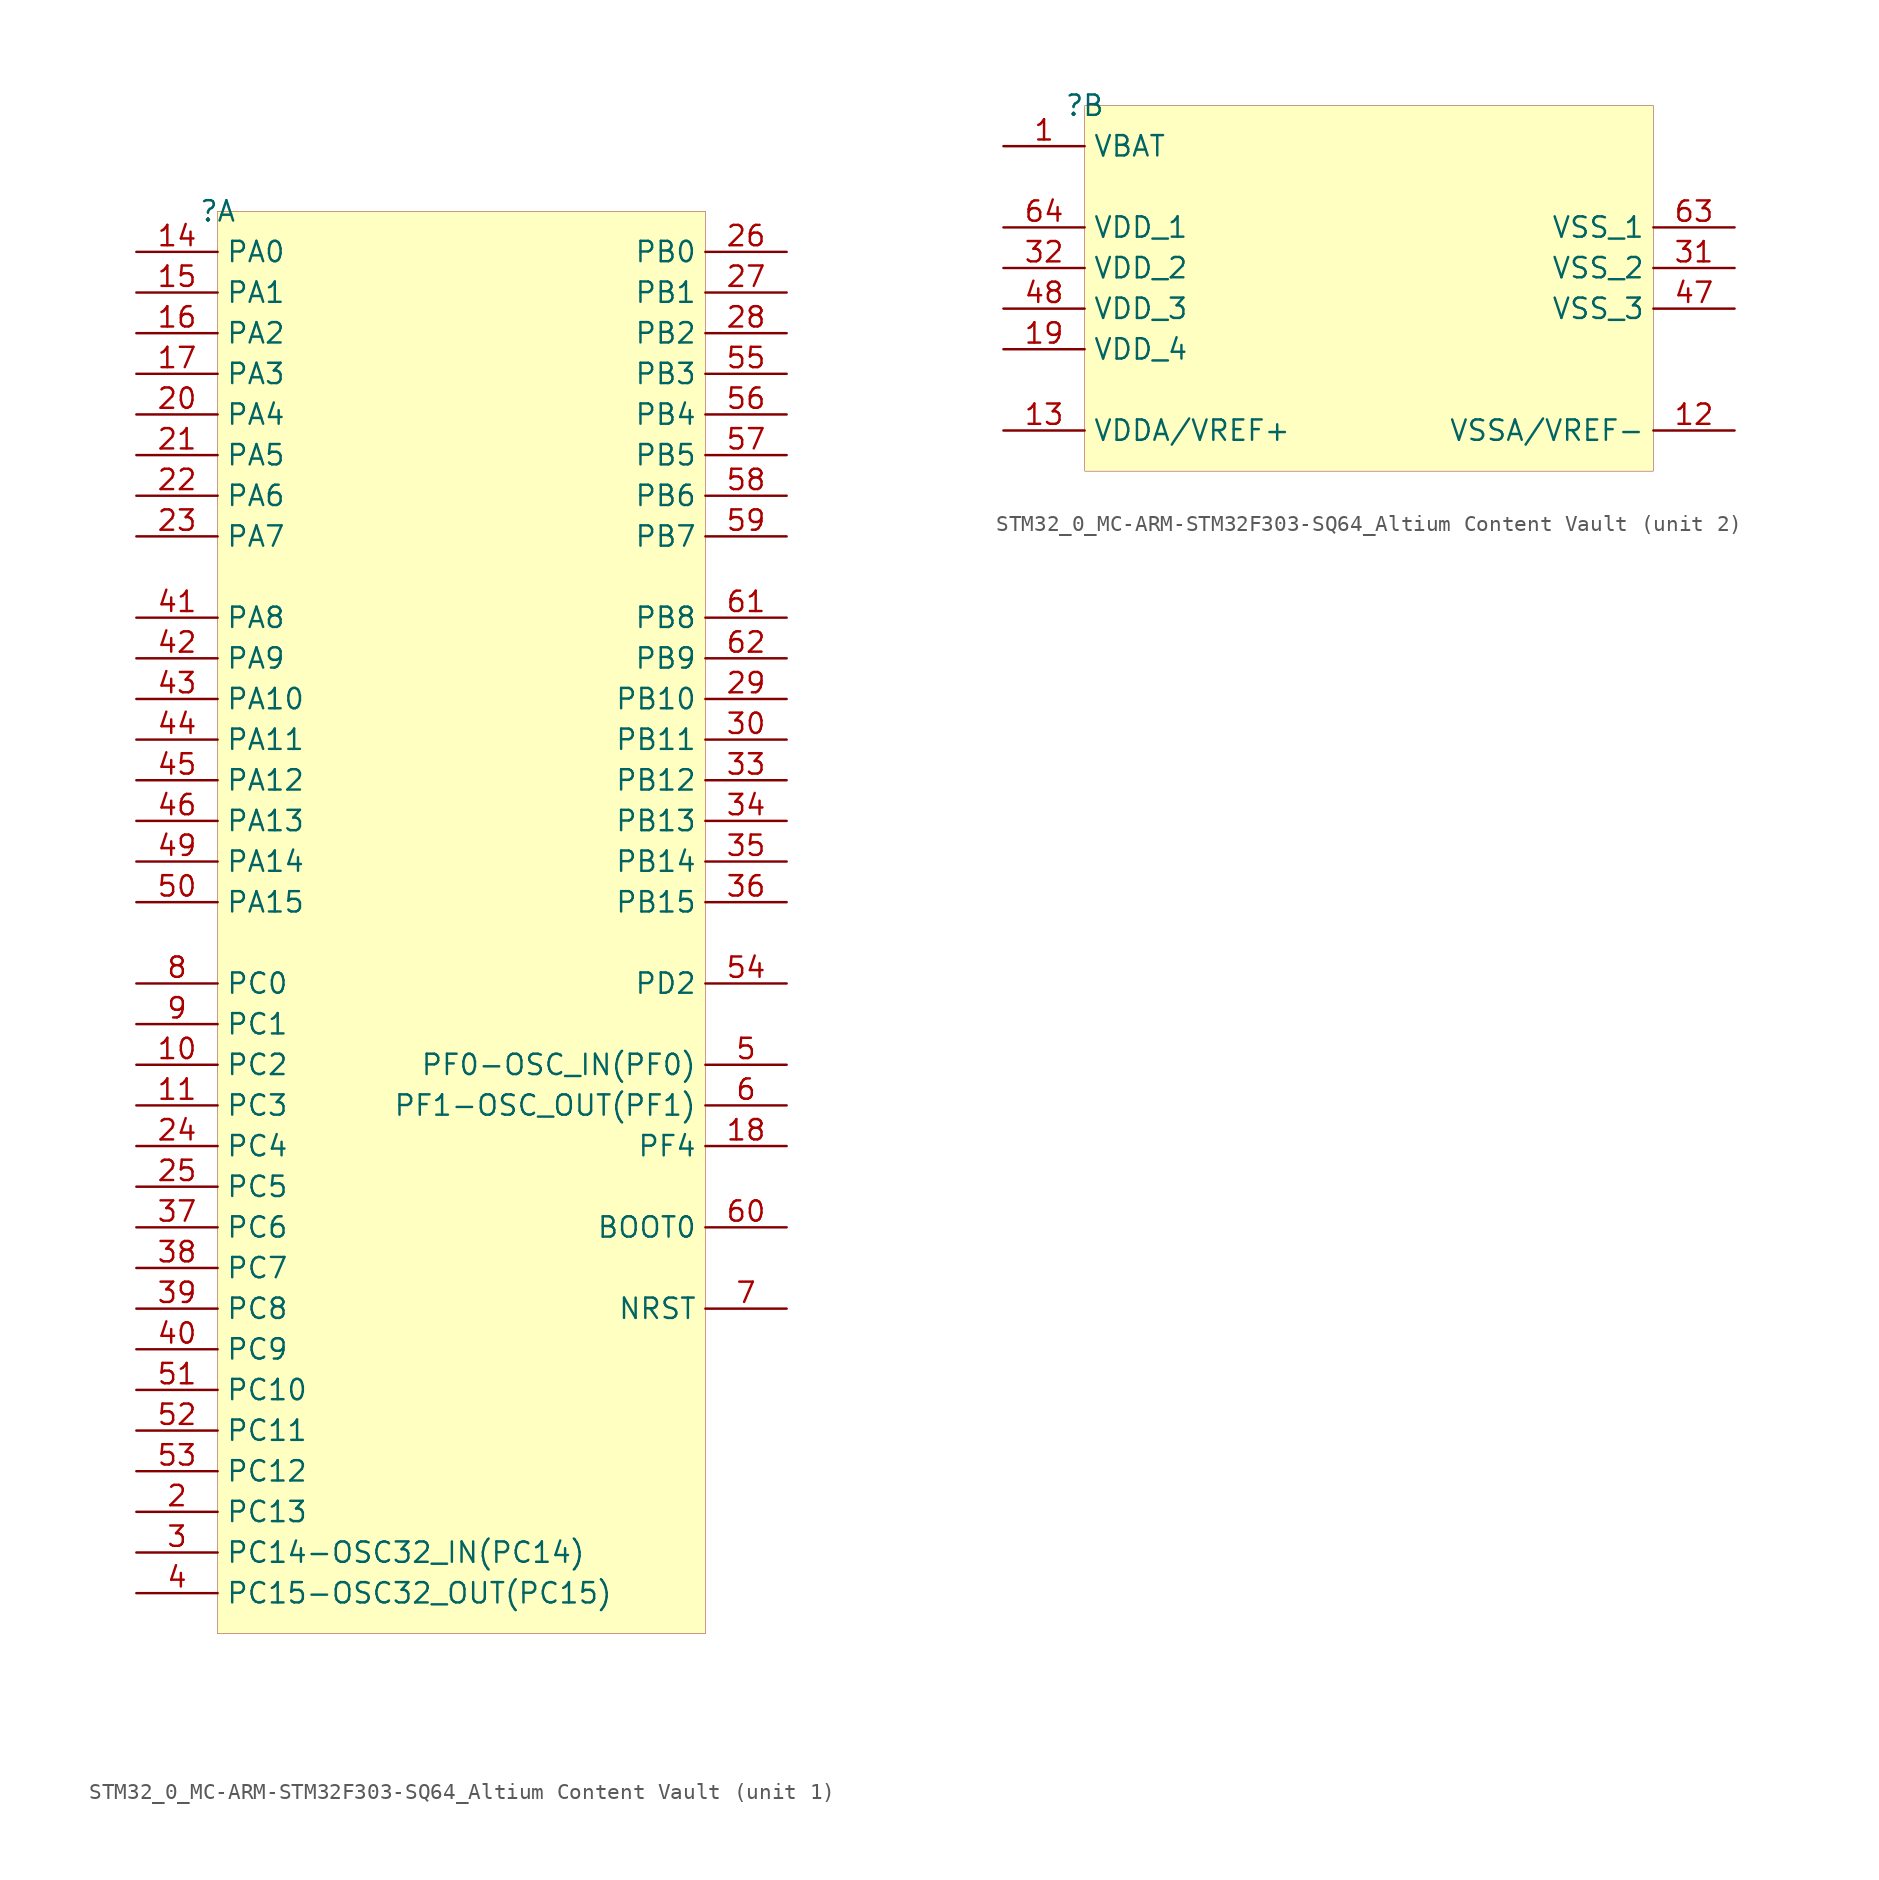
<source format=kicad_sym>
(kicad_symbol_lib
  (version 20241209)
  (generator "kicad_symbol_editor")
  (generator_version "9.0")
  (symbol "STM32_0_MC-ARM-STM32F303-SQ64_Altium Content Vault"
    (property "Reference" ""
      (at 0 0 0)
      (effects (font (size 1.27 1.27))))
    (property "Value" ""
      (at 0 0 0)
      (effects (font (size 1.27 1.27))))
    (symbol "STM32_0_MC-ARM-STM32F303-SQ64_Altium Content Vault_1_0"
      (rectangle (start 30.48 0) (end 0 -88.9) (stroke (width 0.025) (type solid) (color 128 0 0 1)) (fill (type background)))
      (pin bidirectional line (at -5.08 -2.54 0) (length 5.08) (name "PA0" (effects (font (size 1.27 1.27)))) (number "14" (effects (font (size 1.27 1.27)))))
      (pin bidirectional line (at -5.08 -5.08 0) (length 5.08) (name "PA1" (effects (font (size 1.27 1.27)))) (number "15" (effects (font (size 1.27 1.27)))))
      (pin bidirectional line (at -5.08 -7.62 0) (length 5.08) (name "PA2" (effects (font (size 1.27 1.27)))) (number "16" (effects (font (size 1.27 1.27)))))
      (pin bidirectional line (at -5.08 -10.16 0) (length 5.08) (name "PA3" (effects (font (size 1.27 1.27)))) (number "17" (effects (font (size 1.27 1.27)))))
      (pin bidirectional line (at -5.08 -12.7 0) (length 5.08) (name "PA4" (effects (font (size 1.27 1.27)))) (number "20" (effects (font (size 1.27 1.27)))))
      (pin bidirectional line (at -5.08 -15.24 0) (length 5.08) (name "PA5" (effects (font (size 1.27 1.27)))) (number "21" (effects (font (size 1.27 1.27)))))
      (pin bidirectional line (at -5.08 -17.78 0) (length 5.08) (name "PA6" (effects (font (size 1.27 1.27)))) (number "22" (effects (font (size 1.27 1.27)))))
      (pin bidirectional line (at -5.08 -20.32 0) (length 5.08) (name "PA7" (effects (font (size 1.27 1.27)))) (number "23" (effects (font (size 1.27 1.27)))))
      (pin bidirectional line (at -5.08 -25.4 0) (length 5.08) (name "PA8" (effects (font (size 1.27 1.27)))) (number "41" (effects (font (size 1.27 1.27)))))
      (pin bidirectional line (at -5.08 -27.94 0) (length 5.08) (name "PA9" (effects (font (size 1.27 1.27)))) (number "42" (effects (font (size 1.27 1.27)))))
      (pin bidirectional line (at -5.08 -30.48 0) (length 5.08) (name "PA10" (effects (font (size 1.27 1.27)))) (number "43" (effects (font (size 1.27 1.27)))))
      (pin bidirectional line (at -5.08 -33.02 0) (length 5.08) (name "PA11" (effects (font (size 1.27 1.27)))) (number "44" (effects (font (size 1.27 1.27)))))
      (pin bidirectional line (at -5.08 -35.56 0) (length 5.08) (name "PA12" (effects (font (size 1.27 1.27)))) (number "45" (effects (font (size 1.27 1.27)))))
      (pin bidirectional line (at -5.08 -38.1 0) (length 5.08) (name "PA13" (effects (font (size 1.27 1.27)))) (number "46" (effects (font (size 1.27 1.27)))))
      (pin bidirectional line (at -5.08 -40.64 0) (length 5.08) (name "PA14" (effects (font (size 1.27 1.27)))) (number "49" (effects (font (size 1.27 1.27)))))
      (pin bidirectional line (at -5.08 -43.18 0) (length 5.08) (name "PA15" (effects (font (size 1.27 1.27)))) (number "50" (effects (font (size 1.27 1.27)))))
      (pin bidirectional line (at -5.08 -48.26 0) (length 5.08) (name "PC0" (effects (font (size 1.27 1.27)))) (number "8" (effects (font (size 1.27 1.27)))))
      (pin bidirectional line (at -5.08 -50.8 0) (length 5.08) (name "PC1" (effects (font (size 1.27 1.27)))) (number "9" (effects (font (size 1.27 1.27)))))
      (pin bidirectional line (at -5.08 -53.34 0) (length 5.08) (name "PC2" (effects (font (size 1.27 1.27)))) (number "10" (effects (font (size 1.27 1.27)))))
      (pin bidirectional line (at -5.08 -55.88 0) (length 5.08) (name "PC3" (effects (font (size 1.27 1.27)))) (number "11" (effects (font (size 1.27 1.27)))))
      (pin bidirectional line (at -5.08 -58.42 0) (length 5.08) (name "PC4" (effects (font (size 1.27 1.27)))) (number "24" (effects (font (size 1.27 1.27)))))
      (pin bidirectional line (at -5.08 -60.96 0) (length 5.08) (name "PC5" (effects (font (size 1.27 1.27)))) (number "25" (effects (font (size 1.27 1.27)))))
      (pin bidirectional line (at -5.08 -63.5 0) (length 5.08) (name "PC6" (effects (font (size 1.27 1.27)))) (number "37" (effects (font (size 1.27 1.27)))))
      (pin bidirectional line (at -5.08 -66.04 0) (length 5.08) (name "PC7" (effects (font (size 1.27 1.27)))) (number "38" (effects (font (size 1.27 1.27)))))
      (pin bidirectional line (at -5.08 -68.58 0) (length 5.08) (name "PC8" (effects (font (size 1.27 1.27)))) (number "39" (effects (font (size 1.27 1.27)))))
      (pin bidirectional line (at -5.08 -71.12 0) (length 5.08) (name "PC9" (effects (font (size 1.27 1.27)))) (number "40" (effects (font (size 1.27 1.27)))))
      (pin bidirectional line (at -5.08 -73.66 0) (length 5.08) (name "PC10" (effects (font (size 1.27 1.27)))) (number "51" (effects (font (size 1.27 1.27)))))
      (pin bidirectional line (at -5.08 -76.2 0) (length 5.08) (name "PC11" (effects (font (size 1.27 1.27)))) (number "52" (effects (font (size 1.27 1.27)))))
      (pin bidirectional line (at -5.08 -78.74 0) (length 5.08) (name "PC12" (effects (font (size 1.27 1.27)))) (number "53" (effects (font (size 1.27 1.27)))))
      (pin bidirectional line (at -5.08 -81.28 0) (length 5.08) (name "PC13" (effects (font (size 1.27 1.27)))) (number "2" (effects (font (size 1.27 1.27)))))
      (pin bidirectional line (at -5.08 -83.82 0) (length 5.08) (name "PC14-OSC32_IN(PC14)" (effects (font (size 1.27 1.27)))) (number "3" (effects (font (size 1.27 1.27)))))
      (pin bidirectional line (at -5.08 -86.36 0) (length 5.08) (name "PC15-OSC32_OUT(PC15)" (effects (font (size 1.27 1.27)))) (number "4" (effects (font (size 1.27 1.27)))))
      (pin bidirectional line (at 35.56 -2.54 180) (length 5.08) (name "PB0" (effects (font (size 1.27 1.27)))) (number "26" (effects (font (size 1.27 1.27)))))
      (pin bidirectional line (at 35.56 -5.08 180) (length 5.08) (name "PB1" (effects (font (size 1.27 1.27)))) (number "27" (effects (font (size 1.27 1.27)))))
      (pin bidirectional line (at 35.56 -7.62 180) (length 5.08) (name "PB2" (effects (font (size 1.27 1.27)))) (number "28" (effects (font (size 1.27 1.27)))))
      (pin bidirectional line (at 35.56 -10.16 180) (length 5.08) (name "PB3" (effects (font (size 1.27 1.27)))) (number "55" (effects (font (size 1.27 1.27)))))
      (pin bidirectional line (at 35.56 -12.7 180) (length 5.08) (name "PB4" (effects (font (size 1.27 1.27)))) (number "56" (effects (font (size 1.27 1.27)))))
      (pin bidirectional line (at 35.56 -15.24 180) (length 5.08) (name "PB5" (effects (font (size 1.27 1.27)))) (number "57" (effects (font (size 1.27 1.27)))))
      (pin bidirectional line (at 35.56 -17.78 180) (length 5.08) (name "PB6" (effects (font (size 1.27 1.27)))) (number "58" (effects (font (size 1.27 1.27)))))
      (pin bidirectional line (at 35.56 -20.32 180) (length 5.08) (name "PB7" (effects (font (size 1.27 1.27)))) (number "59" (effects (font (size 1.27 1.27)))))
      (pin bidirectional line (at 35.56 -25.4 180) (length 5.08) (name "PB8" (effects (font (size 1.27 1.27)))) (number "61" (effects (font (size 1.27 1.27)))))
      (pin bidirectional line (at 35.56 -27.94 180) (length 5.08) (name "PB9" (effects (font (size 1.27 1.27)))) (number "62" (effects (font (size 1.27 1.27)))))
      (pin bidirectional line (at 35.56 -30.48 180) (length 5.08) (name "PB10" (effects (font (size 1.27 1.27)))) (number "29" (effects (font (size 1.27 1.27)))))
      (pin bidirectional line (at 35.56 -33.02 180) (length 5.08) (name "PB11" (effects (font (size 1.27 1.27)))) (number "30" (effects (font (size 1.27 1.27)))))
      (pin bidirectional line (at 35.56 -35.56 180) (length 5.08) (name "PB12" (effects (font (size 1.27 1.27)))) (number "33" (effects (font (size 1.27 1.27)))))
      (pin bidirectional line (at 35.56 -38.1 180) (length 5.08) (name "PB13" (effects (font (size 1.27 1.27)))) (number "34" (effects (font (size 1.27 1.27)))))
      (pin bidirectional line (at 35.56 -40.64 180) (length 5.08) (name "PB14" (effects (font (size 1.27 1.27)))) (number "35" (effects (font (size 1.27 1.27)))))
      (pin bidirectional line (at 35.56 -43.18 180) (length 5.08) (name "PB15" (effects (font (size 1.27 1.27)))) (number "36" (effects (font (size 1.27 1.27)))))
      (pin bidirectional line (at 35.56 -48.26 180) (length 5.08) (name "PD2" (effects (font (size 1.27 1.27)))) (number "54" (effects (font (size 1.27 1.27)))))
      (pin bidirectional line (at 35.56 -53.34 180) (length 5.08) (name "PF0-OSC_IN(PF0)" (effects (font (size 1.27 1.27)))) (number "5" (effects (font (size 1.27 1.27)))))
      (pin bidirectional line (at 35.56 -55.88 180) (length 5.08) (name "PF1-OSC_OUT(PF1)" (effects (font (size 1.27 1.27)))) (number "6" (effects (font (size 1.27 1.27)))))
      (pin bidirectional line (at 35.56 -58.42 180) (length 5.08) (name "PF4" (effects (font (size 1.27 1.27)))) (number "18" (effects (font (size 1.27 1.27)))))
      (pin input line (at 35.56 -63.5 180) (length 5.08) (name "BOOT0" (effects (font (size 1.27 1.27)))) (number "60" (effects (font (size 1.27 1.27)))))
      (pin bidirectional line (at 35.56 -68.58 180) (length 5.08) (name "NRST" (effects (font (size 1.27 1.27)))) (number "7" (effects (font (size 1.27 1.27))))))
    (symbol "STM32_0_MC-ARM-STM32F303-SQ64_Altium Content Vault_2_0"
      (rectangle (start 35.56 0) (end 0 -22.86) (stroke (width 0.025) (type solid) (color 128 0 0 1)) (fill (type background)))
      (pin power_in line (at -5.08 -2.54 0) (length 5.08) (name "VBAT" (effects (font (size 1.27 1.27)))) (number "1" (effects (font (size 1.27 1.27)))))
      (pin power_in line (at -5.08 -7.62 0) (length 5.08) (name "VDD_1" (effects (font (size 1.27 1.27)))) (number "64" (effects (font (size 1.27 1.27)))))
      (pin power_in line (at -5.08 -10.16 0) (length 5.08) (name "VDD_2" (effects (font (size 1.27 1.27)))) (number "32" (effects (font (size 1.27 1.27)))))
      (pin power_in line (at -5.08 -12.7 0) (length 5.08) (name "VDD_3" (effects (font (size 1.27 1.27)))) (number "48" (effects (font (size 1.27 1.27)))))
      (pin power_in line (at -5.08 -15.24 0) (length 5.08) (name "VDD_4" (effects (font (size 1.27 1.27)))) (number "19" (effects (font (size 1.27 1.27)))))
      (pin power_in line (at -5.08 -20.32 0) (length 5.08) (name "VDDA/VREF+" (effects (font (size 1.27 1.27)))) (number "13" (effects (font (size 1.27 1.27)))))
      (pin power_in line (at 40.64 -7.62 180) (length 5.08) (name "VSS_1" (effects (font (size 1.27 1.27)))) (number "63" (effects (font (size 1.27 1.27)))))
      (pin power_in line (at 40.64 -10.16 180) (length 5.08) (name "VSS_2" (effects (font (size 1.27 1.27)))) (number "31" (effects (font (size 1.27 1.27)))))
      (pin power_in line (at 40.64 -12.7 180) (length 5.08) (name "VSS_3" (effects (font (size 1.27 1.27)))) (number "47" (effects (font (size 1.27 1.27)))))
      (pin power_in line (at 40.64 -20.32 180) (length 5.08) (name "VSSA/VREF-" (effects (font (size 1.27 1.27)))) (number "12" (effects (font (size 1.27 1.27))))))))
</source>
